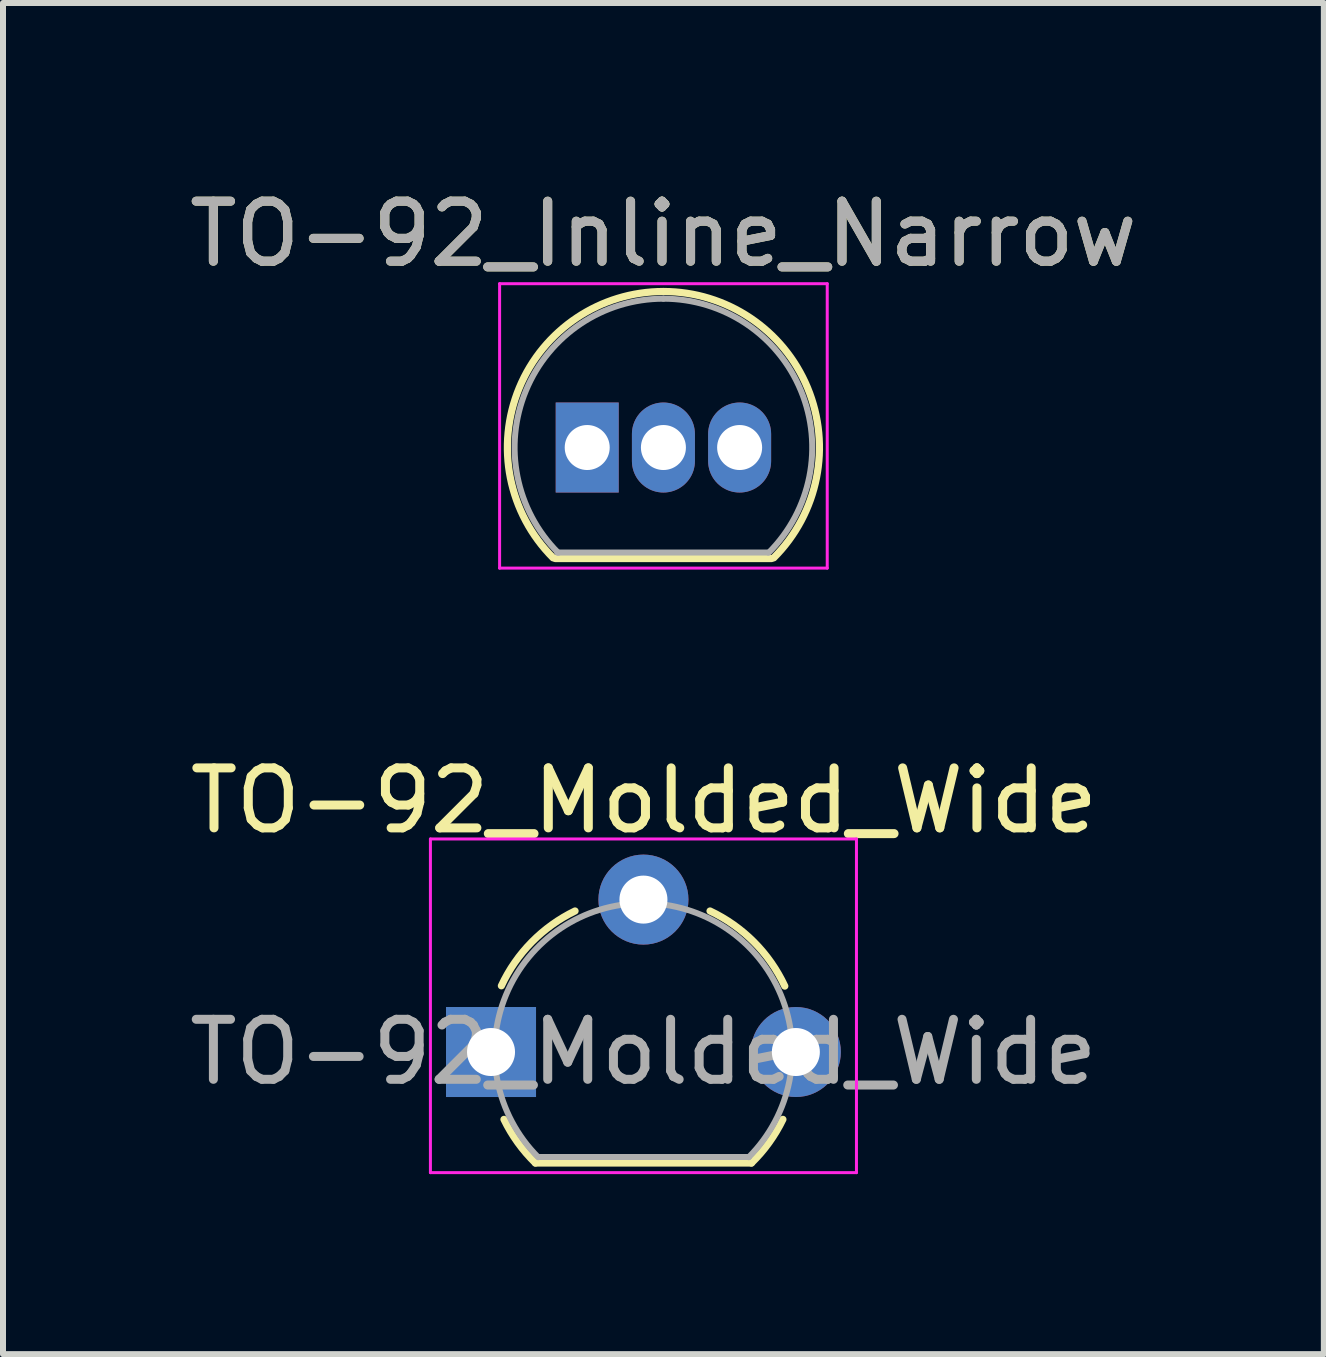
<source format=kicad_pcb>
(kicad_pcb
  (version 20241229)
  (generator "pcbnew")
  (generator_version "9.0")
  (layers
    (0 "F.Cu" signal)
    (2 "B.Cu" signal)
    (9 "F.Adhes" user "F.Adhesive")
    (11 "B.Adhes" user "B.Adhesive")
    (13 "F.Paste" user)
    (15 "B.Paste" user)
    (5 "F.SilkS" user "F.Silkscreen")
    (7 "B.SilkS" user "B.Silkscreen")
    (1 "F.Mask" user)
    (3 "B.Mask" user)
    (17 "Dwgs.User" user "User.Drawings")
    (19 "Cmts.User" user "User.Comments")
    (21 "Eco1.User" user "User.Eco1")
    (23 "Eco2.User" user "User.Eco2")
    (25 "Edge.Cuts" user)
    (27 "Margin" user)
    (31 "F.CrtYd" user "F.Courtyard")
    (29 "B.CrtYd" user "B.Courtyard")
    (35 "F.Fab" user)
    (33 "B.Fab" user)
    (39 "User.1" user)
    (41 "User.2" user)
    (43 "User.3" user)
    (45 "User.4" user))
  (footprint "TO-92_Molded_Wide"
    (layer "F.Cu")
    (at 5.133 14.482)
    (property "Reference" "TO-92_Molded_Wide" (at 2.55 -4.19 0) (layer "F.SilkS") (effects (font (size 1 1) (thickness 0.15))))
    (attr through_hole)
    (fp_line (start 0.74 1.85) (end 4.34 1.85) (stroke (width 0.12) (type solid)) (layer "F.SilkS"))
    (fp_arc (start 0.172801 -1.103842) (mid 0.678995 -1.832692) (end 1.4 -2.35) (stroke (width 0.12) (type solid)) (layer "F.SilkS"))
    (fp_arc (start 0.74 1.85) (mid 0.446097 1.509328) (end 0.215816 1.122795) (stroke (width 0.12) (type solid)) (layer "F.SilkS"))
    (fp_arc (start 3.65 -2.35) (mid 4.382279 -1.833196) (end 4.895458 -1.098371) (stroke (width 0.12) (type solid)) (layer "F.SilkS"))
    (fp_arc (start 4.864184 1.122795) (mid 4.633903 1.509328) (end 4.34 1.85) (stroke (width 0.12) (type solid)) (layer "F.SilkS"))
    (fp_line (start -1.01 -3.55) (end -1.01 2.01) (stroke (width 0.05) (type solid)) (layer "F.CrtYd"))
    (fp_line (start -1.01 -3.55) (end 6.09 -3.55) (stroke (width 0.05) (type solid)) (layer "F.CrtYd"))
    (fp_line (start 6.09 2.01) (end -1.01 2.01) (stroke (width 0.05) (type solid)) (layer "F.CrtYd"))
    (fp_line (start 6.09 2.01) (end 6.09 -3.55) (stroke (width 0.05) (type solid)) (layer "F.CrtYd"))
    (fp_line (start 0.8 1.75) (end 4.3 1.75) (stroke (width 0.1) (type solid)) (layer "F.Fab"))
    (fp_arc (start 0.786375 1.753625) (mid 0.248779 -0.949055) (end 2.54 -2.48) (stroke (width 0.1) (type solid)) (layer "F.Fab"))
    (fp_arc (start 2.54 -2.48) (mid 4.831221 -0.949055) (end 4.293625 1.753625) (stroke (width 0.1) (type solid)) (layer "F.Fab"))
    (fp_text user "${REFERENCE}" (at 2.54 0 0) (layer "F.Fab") (effects (font (size 1 1) (thickness 0.15))))
    (pad "1" thru_hole rect (at 0 0 90) (size 1.5 1.5) (drill 0.8) (layers "*.Cu" "*.Mask"))
    (pad "2" thru_hole circle (at 2.54 -2.54 90) (size 1.5 1.5) (drill 0.8) (layers "*.Cu" "*.Mask"))
    (pad "3" thru_hole circle (at 5.08 0 90) (size 1.5 1.5) (drill 0.8) (layers "*.Cu" "*.Mask")))
  (footprint "TO-92_Inline_Narrow"
    (layer "F.Cu")
    (at 6.736 4.408)
    (property "Reference" "TO-92_Inline_Narrow" (at 1.27 -3.56 0) (layer "F.SilkS") (effects (font (size 1 1) (thickness 0.15))))
    (attr through_hole)
    (fp_line (start -0.53 1.85) (end 3.07 1.85) (stroke (width 0.12) (type solid)) (layer "F.SilkS"))
    (fp_arc (start -0.568478 1.838478) (mid -1.132087 -0.994977) (end 1.27 -2.6) (stroke (width 0.12) (type solid)) (layer "F.SilkS"))
    (fp_arc (start 1.27 -2.6) (mid 3.672087 -0.994977) (end 3.108478 1.838478) (stroke (width 0.12) (type solid)) (layer "F.SilkS"))
    (fp_line (start -1.46 -2.73) (end -1.46 2.01) (stroke (width 0.05) (type solid)) (layer "F.CrtYd"))
    (fp_line (start -1.46 -2.73) (end 4 -2.73) (stroke (width 0.05) (type solid)) (layer "F.CrtYd"))
    (fp_line (start 4 2.01) (end -1.46 2.01) (stroke (width 0.05) (type solid)) (layer "F.CrtYd"))
    (fp_line (start 4 2.01) (end 4 -2.73) (stroke (width 0.05) (type solid)) (layer "F.CrtYd"))
    (fp_line (start -0.5 1.75) (end 3 1.75) (stroke (width 0.1) (type solid)) (layer "F.Fab"))
    (fp_arc (start -0.483625 1.753625) (mid -1.021221 -0.949055) (end 1.27 -2.48) (stroke (width 0.1) (type solid)) (layer "F.Fab"))
    (fp_arc (start 1.27 -2.48) (mid 3.561221 -0.949055) (end 3.023625 1.753625) (stroke (width 0.1) (type solid)) (layer "F.Fab"))
    (fp_text user "${REFERENCE}" (at 1.27 -3.56 0) (layer "F.Fab") (effects (font (size 1 1) (thickness 0.15))))
    (pad "1" thru_hole rect (at 0 0) (size 1.05 1.5) (drill 0.75) (layers "*.Cu" "*.Mask"))
    (pad "2" thru_hole oval (at 1.27 0) (size 1.05 1.5) (drill 0.75) (layers "*.Cu" "*.Mask"))
    (pad "3" thru_hole oval (at 2.54 0) (size 1.05 1.5) (drill 0.75) (layers "*.Cu" "*.Mask")))
  (gr_rect
    (start -3 -3)
    (end 19.012 19.517)
    (stroke (width 0.1) (type default))
    (fill no)
    (layer "Edge.Cuts")))
</source>
